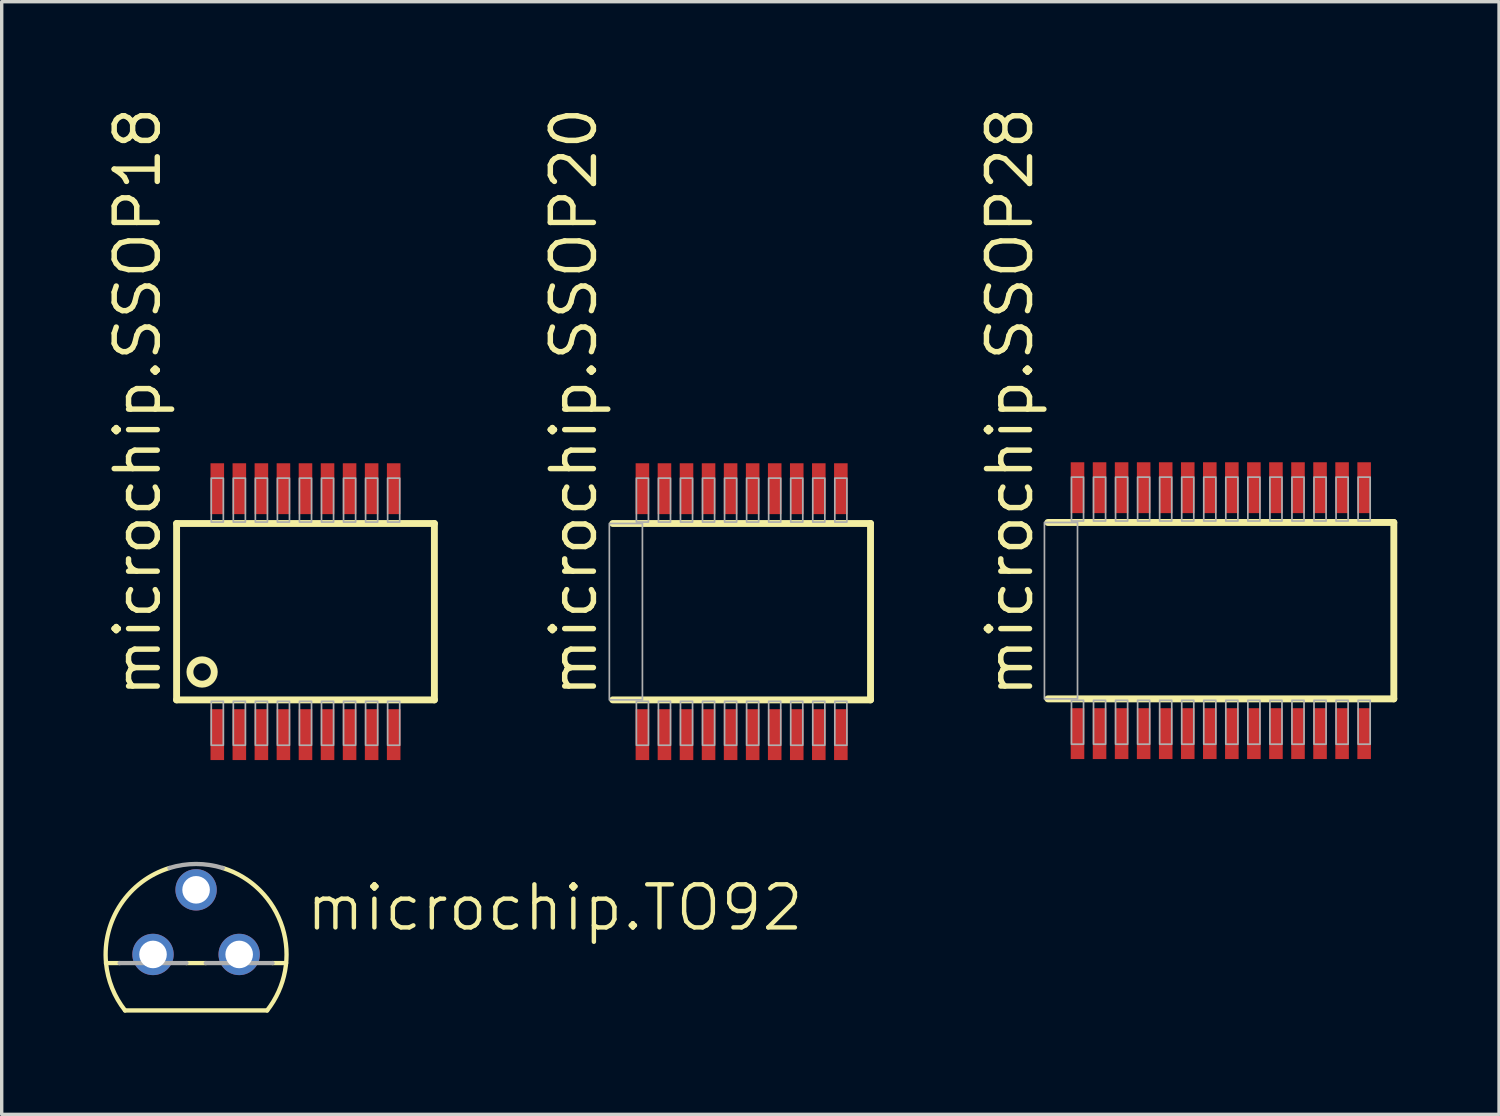
<source format=kicad_pcb>
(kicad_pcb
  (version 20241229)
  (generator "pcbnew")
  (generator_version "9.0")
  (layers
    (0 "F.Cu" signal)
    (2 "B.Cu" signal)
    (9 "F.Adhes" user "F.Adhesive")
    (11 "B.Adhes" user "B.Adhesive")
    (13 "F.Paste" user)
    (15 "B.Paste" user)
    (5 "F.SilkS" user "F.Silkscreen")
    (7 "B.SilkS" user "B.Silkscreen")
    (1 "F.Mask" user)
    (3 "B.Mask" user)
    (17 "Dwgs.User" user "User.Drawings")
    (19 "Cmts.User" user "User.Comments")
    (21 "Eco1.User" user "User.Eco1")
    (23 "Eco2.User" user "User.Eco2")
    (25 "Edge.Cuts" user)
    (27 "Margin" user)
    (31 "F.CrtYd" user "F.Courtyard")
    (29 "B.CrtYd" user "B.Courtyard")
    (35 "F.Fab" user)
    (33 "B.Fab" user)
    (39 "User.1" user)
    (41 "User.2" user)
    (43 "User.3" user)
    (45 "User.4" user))
  (footprint "microchip.SSOP20"
    (layer "F.Cu")
    (at 18.814 14.983)
    (property "Reference" "microchip.SSOP20" (at -4.206 2.6 90) (layer "F.SilkS") (effects (font (size 1.27 1.27) (thickness 0.16)) (justify left bottom)))
    (attr smd)
    (fp_line (start -3.8 2.6) (end 3.8 2.6) (stroke (width 0.203) (type default)) (layer "F.SilkS"))
    (fp_line (start 3.8 -2.6) (end -3.8 -2.6) (stroke (width 0.203) (type default)) (layer "F.SilkS"))
    (fp_line (start 3.8 2.6) (end 3.8 -2.6) (stroke (width 0.203) (type default)) (layer "F.SilkS"))
    (fp_rect (start -3.9 2.6) (end -2.925 -2.6) (stroke (width 0.05) (type default)) (fill no) (layer "F.Fab"))
    (fp_rect (start -3.103 3.937) (end -2.747 2.642) (stroke (width 0.05) (type default)) (fill no) (layer "F.Fab"))
    (fp_rect (start -3.103 -2.642) (end -2.747 -3.937) (stroke (width 0.05) (type default)) (fill no) (layer "F.Fab"))
    (fp_rect (start -2.453 3.937) (end -2.097 2.642) (stroke (width 0.05) (type default)) (fill no) (layer "F.Fab"))
    (fp_rect (start -2.453 -2.642) (end -2.097 -3.937) (stroke (width 0.05) (type default)) (fill no) (layer "F.Fab"))
    (fp_rect (start -1.803 3.937) (end -1.447 2.642) (stroke (width 0.05) (type default)) (fill no) (layer "F.Fab"))
    (fp_rect (start -1.803 -2.642) (end -1.447 -3.937) (stroke (width 0.05) (type default)) (fill no) (layer "F.Fab"))
    (fp_rect (start -1.153 3.937) (end -0.797 2.642) (stroke (width 0.05) (type default)) (fill no) (layer "F.Fab"))
    (fp_rect (start -1.153 -2.642) (end -0.797 -3.937) (stroke (width 0.05) (type default)) (fill no) (layer "F.Fab"))
    (fp_rect (start -0.503 3.937) (end -0.147 2.642) (stroke (width 0.05) (type default)) (fill no) (layer "F.Fab"))
    (fp_rect (start -0.503 -2.642) (end -0.147 -3.937) (stroke (width 0.05) (type default)) (fill no) (layer "F.Fab"))
    (fp_rect (start 0.147 3.937) (end 0.503 2.642) (stroke (width 0.05) (type default)) (fill no) (layer "F.Fab"))
    (fp_rect (start 0.147 -2.642) (end 0.503 -3.937) (stroke (width 0.05) (type default)) (fill no) (layer "F.Fab"))
    (fp_rect (start 0.797 3.937) (end 1.153 2.642) (stroke (width 0.05) (type default)) (fill no) (layer "F.Fab"))
    (fp_rect (start 0.797 -2.642) (end 1.153 -3.937) (stroke (width 0.05) (type default)) (fill no) (layer "F.Fab"))
    (fp_rect (start 1.447 -2.642) (end 1.803 -3.937) (stroke (width 0.05) (type default)) (fill no) (layer "F.Fab"))
    (fp_rect (start 1.447 3.937) (end 1.803 2.642) (stroke (width 0.05) (type default)) (fill no) (layer "F.Fab"))
    (fp_rect (start 2.097 -2.642) (end 2.453 -3.937) (stroke (width 0.05) (type default)) (fill no) (layer "F.Fab"))
    (fp_rect (start 2.097 3.937) (end 2.453 2.642) (stroke (width 0.05) (type default)) (fill no) (layer "F.Fab"))
    (fp_rect (start 2.747 -2.642) (end 3.103 -3.937) (stroke (width 0.05) (type default)) (fill no) (layer "F.Fab"))
    (fp_rect (start 2.747 3.937) (end 3.103 2.642) (stroke (width 0.05) (type default)) (fill no) (layer "F.Fab"))
    (pad "1" smd roundrect (at -2.925 3.625) (size 0.4 1.5) (layers "F.Cu" "F.Mask" "F.Paste") (roundrect_rratio 0.01))
    (pad "2" smd roundrect (at -2.275 3.625) (size 0.4 1.5) (layers "F.Cu" "F.Mask" "F.Paste") (roundrect_rratio 0.01))
    (pad "3" smd roundrect (at -1.625 3.625) (size 0.4 1.5) (layers "F.Cu" "F.Mask" "F.Paste") (roundrect_rratio 0.01))
    (pad "4" smd roundrect (at -0.975 3.625) (size 0.4 1.5) (layers "F.Cu" "F.Mask" "F.Paste") (roundrect_rratio 0.01))
    (pad "5" smd roundrect (at -0.325 3.625) (size 0.4 1.5) (layers "F.Cu" "F.Mask" "F.Paste") (roundrect_rratio 0.01))
    (pad "6" smd roundrect (at 0.325 3.625) (size 0.4 1.5) (layers "F.Cu" "F.Mask" "F.Paste") (roundrect_rratio 0.01))
    (pad "7" smd roundrect (at 0.975 3.625) (size 0.4 1.5) (layers "F.Cu" "F.Mask" "F.Paste") (roundrect_rratio 0.01))
    (pad "8" smd roundrect (at 1.625 3.625) (size 0.4 1.5) (layers "F.Cu" "F.Mask" "F.Paste") (roundrect_rratio 0.01))
    (pad "9" smd roundrect (at 2.275 3.625) (size 0.4 1.5) (layers "F.Cu" "F.Mask" "F.Paste") (roundrect_rratio 0.01))
    (pad "10" smd roundrect (at 2.925 3.625) (size 0.4 1.5) (layers "F.Cu" "F.Mask" "F.Paste") (roundrect_rratio 0.01))
    (pad "11" smd roundrect (at 2.925 -3.625) (size 0.4 1.5) (layers "F.Cu" "F.Mask" "F.Paste") (roundrect_rratio 0.01))
    (pad "12" smd roundrect (at 2.275 -3.625) (size 0.4 1.5) (layers "F.Cu" "F.Mask" "F.Paste") (roundrect_rratio 0.01))
    (pad "13" smd roundrect (at 1.625 -3.625) (size 0.4 1.5) (layers "F.Cu" "F.Mask" "F.Paste") (roundrect_rratio 0.01))
    (pad "14" smd roundrect (at 0.975 -3.625) (size 0.4 1.5) (layers "F.Cu" "F.Mask" "F.Paste") (roundrect_rratio 0.01))
    (pad "15" smd roundrect (at 0.325 -3.625) (size 0.4 1.5) (layers "F.Cu" "F.Mask" "F.Paste") (roundrect_rratio 0.01))
    (pad "16" smd roundrect (at -0.325 -3.625) (size 0.4 1.5) (layers "F.Cu" "F.Mask" "F.Paste") (roundrect_rratio 0.01))
    (pad "17" smd roundrect (at -0.975 -3.625) (size 0.4 1.5) (layers "F.Cu" "F.Mask" "F.Paste") (roundrect_rratio 0.01))
    (pad "18" smd roundrect (at -1.625 -3.625) (size 0.4 1.5) (layers "F.Cu" "F.Mask" "F.Paste") (roundrect_rratio 0.01))
    (pad "19" smd roundrect (at -2.275 -3.625) (size 0.4 1.5) (layers "F.Cu" "F.Mask" "F.Paste") (roundrect_rratio 0.01))
    (pad "20" smd roundrect (at -2.925 -3.625) (size 0.4 1.5) (layers "F.Cu" "F.Mask" "F.Paste") (roundrect_rratio 0.01)))
  (footprint "microchip.SSOP28"
    (layer "F.Cu")
    (at 32.941 14.953)
    (property "Reference" "microchip.SSOP28" (at -5.476 2.63 90) (layer "F.SilkS") (effects (font (size 1.27 1.27) (thickness 0.16)) (justify left bottom)))
    (attr smd)
    (fp_line (start -5.1 2.6) (end 5.1 2.6) (stroke (width 0.203) (type default)) (layer "F.SilkS"))
    (fp_line (start 5.1 -2.6) (end -5.1 -2.6) (stroke (width 0.203) (type default)) (layer "F.SilkS"))
    (fp_line (start 5.1 2.6) (end 5.1 -2.6) (stroke (width 0.203) (type default)) (layer "F.SilkS"))
    (fp_rect (start -5.2 2.6) (end -4.225 -2.6) (stroke (width 0.05) (type default)) (fill no) (layer "F.Fab"))
    (fp_rect (start -4.403 -2.642) (end -4.047 -3.937) (stroke (width 0.05) (type default)) (fill no) (layer "F.Fab"))
    (fp_rect (start -4.403 3.937) (end -4.047 2.642) (stroke (width 0.05) (type default)) (fill no) (layer "F.Fab"))
    (fp_rect (start -3.753 -2.642) (end -3.397 -3.937) (stroke (width 0.05) (type default)) (fill no) (layer "F.Fab"))
    (fp_rect (start -3.753 3.937) (end -3.397 2.642) (stroke (width 0.05) (type default)) (fill no) (layer "F.Fab"))
    (fp_rect (start -3.103 -2.642) (end -2.747 -3.937) (stroke (width 0.05) (type default)) (fill no) (layer "F.Fab"))
    (fp_rect (start -3.103 3.937) (end -2.747 2.642) (stroke (width 0.05) (type default)) (fill no) (layer "F.Fab"))
    (fp_rect (start -2.453 -2.642) (end -2.097 -3.937) (stroke (width 0.05) (type default)) (fill no) (layer "F.Fab"))
    (fp_rect (start -2.453 3.937) (end -2.097 2.642) (stroke (width 0.05) (type default)) (fill no) (layer "F.Fab"))
    (fp_rect (start -1.803 -2.642) (end -1.447 -3.937) (stroke (width 0.05) (type default)) (fill no) (layer "F.Fab"))
    (fp_rect (start -1.803 3.937) (end -1.447 2.642) (stroke (width 0.05) (type default)) (fill no) (layer "F.Fab"))
    (fp_rect (start -1.153 -2.642) (end -0.797 -3.937) (stroke (width 0.05) (type default)) (fill no) (layer "F.Fab"))
    (fp_rect (start -1.153 3.937) (end -0.797 2.642) (stroke (width 0.05) (type default)) (fill no) (layer "F.Fab"))
    (fp_rect (start -0.503 -2.642) (end -0.147 -3.937) (stroke (width 0.05) (type default)) (fill no) (layer "F.Fab"))
    (fp_rect (start -0.503 3.937) (end -0.147 2.642) (stroke (width 0.05) (type default)) (fill no) (layer "F.Fab"))
    (fp_rect (start 0.147 -2.642) (end 0.503 -3.937) (stroke (width 0.05) (type default)) (fill no) (layer "F.Fab"))
    (fp_rect (start 0.147 3.937) (end 0.503 2.642) (stroke (width 0.05) (type default)) (fill no) (layer "F.Fab"))
    (fp_rect (start 0.797 -2.642) (end 1.153 -3.937) (stroke (width 0.05) (type default)) (fill no) (layer "F.Fab"))
    (fp_rect (start 0.797 3.937) (end 1.153 2.642) (stroke (width 0.05) (type default)) (fill no) (layer "F.Fab"))
    (fp_rect (start 1.447 -2.642) (end 1.803 -3.937) (stroke (width 0.05) (type default)) (fill no) (layer "F.Fab"))
    (fp_rect (start 1.447 3.937) (end 1.803 2.642) (stroke (width 0.05) (type default)) (fill no) (layer "F.Fab"))
    (fp_rect (start 2.097 -2.642) (end 2.453 -3.937) (stroke (width 0.05) (type default)) (fill no) (layer "F.Fab"))
    (fp_rect (start 2.097 3.937) (end 2.453 2.642) (stroke (width 0.05) (type default)) (fill no) (layer "F.Fab"))
    (fp_rect (start 2.747 -2.642) (end 3.103 -3.937) (stroke (width 0.05) (type default)) (fill no) (layer "F.Fab"))
    (fp_rect (start 2.747 3.937) (end 3.103 2.642) (stroke (width 0.05) (type default)) (fill no) (layer "F.Fab"))
    (fp_rect (start 3.397 -2.642) (end 3.753 -3.937) (stroke (width 0.05) (type default)) (fill no) (layer "F.Fab"))
    (fp_rect (start 3.397 3.937) (end 3.753 2.642) (stroke (width 0.05) (type default)) (fill no) (layer "F.Fab"))
    (fp_rect (start 4.047 -2.642) (end 4.403 -3.937) (stroke (width 0.05) (type default)) (fill no) (layer "F.Fab"))
    (fp_rect (start 4.047 3.937) (end 4.403 2.642) (stroke (width 0.05) (type default)) (fill no) (layer "F.Fab"))
    (pad "1" smd roundrect (at -4.225 3.625) (size 0.4 1.5) (layers "F.Cu" "F.Mask" "F.Paste") (roundrect_rratio 0.01))
    (pad "2" smd roundrect (at -3.575 3.625) (size 0.4 1.5) (layers "F.Cu" "F.Mask" "F.Paste") (roundrect_rratio 0.01))
    (pad "3" smd roundrect (at -2.925 3.625) (size 0.4 1.5) (layers "F.Cu" "F.Mask" "F.Paste") (roundrect_rratio 0.01))
    (pad "4" smd roundrect (at -2.275 3.625) (size 0.4 1.5) (layers "F.Cu" "F.Mask" "F.Paste") (roundrect_rratio 0.01))
    (pad "5" smd roundrect (at -1.625 3.625) (size 0.4 1.5) (layers "F.Cu" "F.Mask" "F.Paste") (roundrect_rratio 0.01))
    (pad "6" smd roundrect (at -0.975 3.625) (size 0.4 1.5) (layers "F.Cu" "F.Mask" "F.Paste") (roundrect_rratio 0.01))
    (pad "7" smd roundrect (at -0.325 3.625) (size 0.4 1.5) (layers "F.Cu" "F.Mask" "F.Paste") (roundrect_rratio 0.01))
    (pad "8" smd roundrect (at 0.325 3.625) (size 0.4 1.5) (layers "F.Cu" "F.Mask" "F.Paste") (roundrect_rratio 0.01))
    (pad "9" smd roundrect (at 0.975 3.625) (size 0.4 1.5) (layers "F.Cu" "F.Mask" "F.Paste") (roundrect_rratio 0.01))
    (pad "10" smd roundrect (at 1.625 3.625) (size 0.4 1.5) (layers "F.Cu" "F.Mask" "F.Paste") (roundrect_rratio 0.01))
    (pad "11" smd roundrect (at 2.275 3.625) (size 0.4 1.5) (layers "F.Cu" "F.Mask" "F.Paste") (roundrect_rratio 0.01))
    (pad "12" smd roundrect (at 2.925 3.625) (size 0.4 1.5) (layers "F.Cu" "F.Mask" "F.Paste") (roundrect_rratio 0.01))
    (pad "13" smd roundrect (at 3.575 3.625) (size 0.4 1.5) (layers "F.Cu" "F.Mask" "F.Paste") (roundrect_rratio 0.01))
    (pad "14" smd roundrect (at 4.225 3.625) (size 0.4 1.5) (layers "F.Cu" "F.Mask" "F.Paste") (roundrect_rratio 0.01))
    (pad "15" smd roundrect (at 4.225 -3.625) (size 0.4 1.5) (layers "F.Cu" "F.Mask" "F.Paste") (roundrect_rratio 0.01))
    (pad "16" smd roundrect (at 3.575 -3.625) (size 0.4 1.5) (layers "F.Cu" "F.Mask" "F.Paste") (roundrect_rratio 0.01))
    (pad "17" smd roundrect (at 2.925 -3.625) (size 0.4 1.5) (layers "F.Cu" "F.Mask" "F.Paste") (roundrect_rratio 0.01))
    (pad "18" smd roundrect (at 2.275 -3.625) (size 0.4 1.5) (layers "F.Cu" "F.Mask" "F.Paste") (roundrect_rratio 0.01))
    (pad "19" smd roundrect (at 1.625 -3.625) (size 0.4 1.5) (layers "F.Cu" "F.Mask" "F.Paste") (roundrect_rratio 0.01))
    (pad "20" smd roundrect (at 0.975 -3.625) (size 0.4 1.5) (layers "F.Cu" "F.Mask" "F.Paste") (roundrect_rratio 0.01))
    (pad "21" smd roundrect (at 0.325 -3.625) (size 0.4 1.5) (layers "F.Cu" "F.Mask" "F.Paste") (roundrect_rratio 0.01))
    (pad "22" smd roundrect (at -0.325 -3.625) (size 0.4 1.5) (layers "F.Cu" "F.Mask" "F.Paste") (roundrect_rratio 0.01))
    (pad "23" smd roundrect (at -0.975 -3.625) (size 0.4 1.5) (layers "F.Cu" "F.Mask" "F.Paste") (roundrect_rratio 0.01))
    (pad "24" smd roundrect (at -1.625 -3.625) (size 0.4 1.5) (layers "F.Cu" "F.Mask" "F.Paste") (roundrect_rratio 0.01))
    (pad "25" smd roundrect (at -2.275 -3.625) (size 0.4 1.5) (layers "F.Cu" "F.Mask" "F.Paste") (roundrect_rratio 0.01))
    (pad "26" smd roundrect (at -2.925 -3.625) (size 0.4 1.5) (layers "F.Cu" "F.Mask" "F.Paste") (roundrect_rratio 0.01))
    (pad "27" smd roundrect (at -3.575 -3.625) (size 0.4 1.5) (layers "F.Cu" "F.Mask" "F.Paste") (roundrect_rratio 0.01))
    (pad "28" smd roundrect (at -4.225 -3.625) (size 0.4 1.5) (layers "F.Cu" "F.Mask" "F.Paste") (roundrect_rratio 0.01)))
  (footprint "microchip.TO92"
    (layer "F.Cu")
    (at 2.731 25.088)
    (property "Reference" "microchip.TO92" (at 3.175 -0.635 0) (layer "F.SilkS") (effects (font (size 1.27 1.27) (thickness 0.13)) (justify left bottom)))
    (attr through_hole)
    (fp_line (start -2.655 0.254) (end -2.254 0.254) (stroke (width 0.127) (type default)) (layer "F.SilkS"))
    (fp_line (start -2.095 1.651) (end 2.095 1.651) (stroke (width 0.127) (type default)) (layer "F.SilkS"))
    (fp_line (start -0.286 0.254) (end 0.286 0.254) (stroke (width 0.127) (type default)) (layer "F.SilkS"))
    (fp_line (start 2.254 0.254) (end 2.655 0.254) (stroke (width 0.127) (type default)) (layer "F.SilkS"))
    (fp_arc (start -2.6549 0.254) (mid -2.219001 -1.479565) (end -0.7863 -2.5485) (stroke (width 0.127) (type default)) (layer "F.SilkS"))
    (fp_arc (start -2.0946 1.651) (mid -2.475346 0.992847) (end -2.6549 0.254) (stroke (width 0.127) (type default)) (layer "F.SilkS"))
    (fp_arc (start 0.7863 -2.5484) (mid 2.54627 -0.793201) (end 2.0945 1.651) (stroke (width 0.127) (type default)) (layer "F.SilkS"))
    (fp_line (start -2.254 0.254) (end -0.286 0.254) (stroke (width 0.127) (type default)) (layer "F.Fab"))
    (fp_line (start 0.286 0.254) (end 2.254 0.254) (stroke (width 0.127) (type default)) (layer "F.Fab"))
    (fp_arc (start -0.7863 -2.5485) (mid 0 -2.667043) (end 0.7863 -2.5485) (stroke (width 0.127) (type default)) (layer "F.Fab"))
    (pad "1" thru_hole circle (at -1.27 0) (size 1.219 1.219) (drill 0.813) (layers "*.Cu" "*.Mask"))
    (pad "2" thru_hole circle (at 0 -1.905) (size 1.219 1.219) (drill 0.813) (layers "*.Cu" "*.Mask"))
    (pad "3" thru_hole circle (at 1.27 0) (size 1.219 1.219) (drill 0.813) (layers "*.Cu" "*.Mask")))
  (footprint "microchip.SSOP18"
    (layer "F.Cu")
    (at 5.956 14.983)
    (property "Reference" "microchip.SSOP18" (at -4.206 2.6 90) (layer "F.SilkS") (effects (font (size 1.27 1.27) (thickness 0.16)) (justify left bottom)))
    (attr smd)
    (fp_line (start -3.8 -2.6) (end -3.8 2.6) (stroke (width 0.203) (type default)) (layer "F.SilkS"))
    (fp_line (start -3.8 2.6) (end 3.8 2.6) (stroke (width 0.203) (type default)) (layer "F.SilkS"))
    (fp_line (start 3.8 -2.6) (end -3.8 -2.6) (stroke (width 0.203) (type default)) (layer "F.SilkS"))
    (fp_line (start 3.8 2.6) (end 3.8 -2.6) (stroke (width 0.203) (type default)) (layer "F.SilkS"))
    (fp_circle (center -3.048 1.778) (end -2.689 1.778) (stroke (width 0.203) (type default)) (fill no) (layer "F.SilkS"))
    (fp_rect (start -2.778 3.937) (end -2.422 2.642) (stroke (width 0.05) (type default)) (fill no) (layer "F.Fab"))
    (fp_rect (start -2.778 -2.642) (end -2.422 -3.937) (stroke (width 0.05) (type default)) (fill no) (layer "F.Fab"))
    (fp_rect (start -2.128 3.937) (end -1.772 2.642) (stroke (width 0.05) (type default)) (fill no) (layer "F.Fab"))
    (fp_rect (start -2.128 -2.642) (end -1.772 -3.937) (stroke (width 0.05) (type default)) (fill no) (layer "F.Fab"))
    (fp_rect (start -1.478 3.937) (end -1.122 2.642) (stroke (width 0.05) (type default)) (fill no) (layer "F.Fab"))
    (fp_rect (start -1.478 -2.642) (end -1.122 -3.937) (stroke (width 0.05) (type default)) (fill no) (layer "F.Fab"))
    (fp_rect (start -0.828 3.937) (end -0.472 2.642) (stroke (width 0.05) (type default)) (fill no) (layer "F.Fab"))
    (fp_rect (start -0.828 -2.642) (end -0.472 -3.937) (stroke (width 0.05) (type default)) (fill no) (layer "F.Fab"))
    (fp_rect (start -0.178 3.937) (end 0.178 2.642) (stroke (width 0.05) (type default)) (fill no) (layer "F.Fab"))
    (fp_rect (start -0.178 -2.642) (end 0.178 -3.937) (stroke (width 0.05) (type default)) (fill no) (layer "F.Fab"))
    (fp_rect (start 0.472 -2.642) (end 0.828 -3.937) (stroke (width 0.05) (type default)) (fill no) (layer "F.Fab"))
    (fp_rect (start 0.472 3.937) (end 0.828 2.642) (stroke (width 0.05) (type default)) (fill no) (layer "F.Fab"))
    (fp_rect (start 1.122 -2.642) (end 1.478 -3.937) (stroke (width 0.05) (type default)) (fill no) (layer "F.Fab"))
    (fp_rect (start 1.122 3.937) (end 1.478 2.642) (stroke (width 0.05) (type default)) (fill no) (layer "F.Fab"))
    (fp_rect (start 1.772 -2.642) (end 2.128 -3.937) (stroke (width 0.05) (type default)) (fill no) (layer "F.Fab"))
    (fp_rect (start 1.772 3.937) (end 2.128 2.642) (stroke (width 0.05) (type default)) (fill no) (layer "F.Fab"))
    (fp_rect (start 2.422 -2.642) (end 2.778 -3.937) (stroke (width 0.05) (type default)) (fill no) (layer "F.Fab"))
    (fp_rect (start 2.422 3.937) (end 2.778 2.642) (stroke (width 0.05) (type default)) (fill no) (layer "F.Fab"))
    (pad "1" smd roundrect (at -2.6 3.625) (size 0.4 1.5) (layers "F.Cu" "F.Mask" "F.Paste") (roundrect_rratio 0.01))
    (pad "2" smd roundrect (at -1.95 3.625) (size 0.4 1.5) (layers "F.Cu" "F.Mask" "F.Paste") (roundrect_rratio 0.01))
    (pad "3" smd roundrect (at -1.3 3.625) (size 0.4 1.5) (layers "F.Cu" "F.Mask" "F.Paste") (roundrect_rratio 0.01))
    (pad "4" smd roundrect (at -0.65 3.625) (size 0.4 1.5) (layers "F.Cu" "F.Mask" "F.Paste") (roundrect_rratio 0.01))
    (pad "5" smd roundrect (at 0 3.625) (size 0.4 1.5) (layers "F.Cu" "F.Mask" "F.Paste") (roundrect_rratio 0.01))
    (pad "6" smd roundrect (at 0.65 3.625) (size 0.4 1.5) (layers "F.Cu" "F.Mask" "F.Paste") (roundrect_rratio 0.01))
    (pad "7" smd roundrect (at 1.3 3.625) (size 0.4 1.5) (layers "F.Cu" "F.Mask" "F.Paste") (roundrect_rratio 0.01))
    (pad "8" smd roundrect (at 1.95 3.625) (size 0.4 1.5) (layers "F.Cu" "F.Mask" "F.Paste") (roundrect_rratio 0.01))
    (pad "9" smd roundrect (at 2.6 3.625) (size 0.4 1.5) (layers "F.Cu" "F.Mask" "F.Paste") (roundrect_rratio 0.01))
    (pad "10" smd roundrect (at 2.6 -3.625 180) (size 0.4 1.5) (layers "F.Cu" "F.Mask" "F.Paste") (roundrect_rratio 0.01))
    (pad "11" smd roundrect (at 1.95 -3.625) (size 0.4 1.5) (layers "F.Cu" "F.Mask" "F.Paste") (roundrect_rratio 0.01))
    (pad "12" smd roundrect (at 1.3 -3.625) (size 0.4 1.5) (layers "F.Cu" "F.Mask" "F.Paste") (roundrect_rratio 0.01))
    (pad "13" smd roundrect (at 0.65 -3.625) (size 0.4 1.5) (layers "F.Cu" "F.Mask" "F.Paste") (roundrect_rratio 0.01))
    (pad "14" smd roundrect (at 0 -3.625) (size 0.4 1.5) (layers "F.Cu" "F.Mask" "F.Paste") (roundrect_rratio 0.01))
    (pad "15" smd roundrect (at -0.65 -3.625) (size 0.4 1.5) (layers "F.Cu" "F.Mask" "F.Paste") (roundrect_rratio 0.01))
    (pad "16" smd roundrect (at -1.3 -3.625) (size 0.4 1.5) (layers "F.Cu" "F.Mask" "F.Paste") (roundrect_rratio 0.01))
    (pad "17" smd roundrect (at -1.95 -3.625) (size 0.4 1.5) (layers "F.Cu" "F.Mask" "F.Paste") (roundrect_rratio 0.01))
    (pad "18" smd roundrect (at -2.6 -3.625) (size 0.4 1.5) (layers "F.Cu" "F.Mask" "F.Paste") (roundrect_rratio 0.01)))
  (gr_rect
    (start -3 -3)
    (end 41.143 29.803)
    (stroke (width 0.1) (type default))
    (fill no)
    (layer "Edge.Cuts")))
</source>
